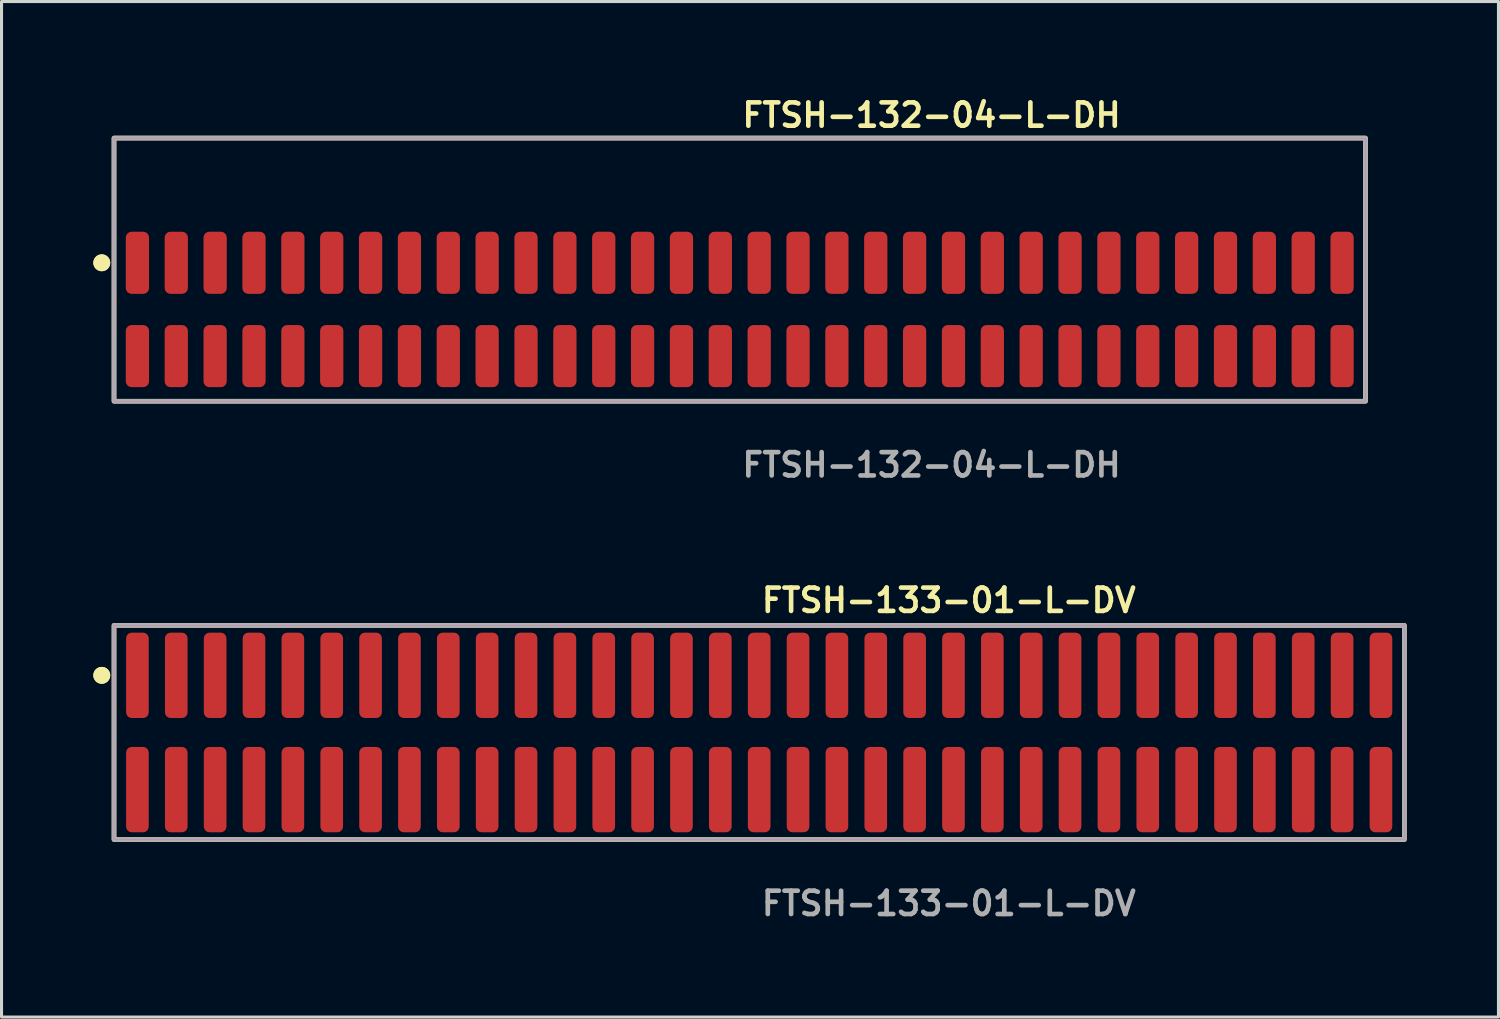
<source format=kicad_pcb>
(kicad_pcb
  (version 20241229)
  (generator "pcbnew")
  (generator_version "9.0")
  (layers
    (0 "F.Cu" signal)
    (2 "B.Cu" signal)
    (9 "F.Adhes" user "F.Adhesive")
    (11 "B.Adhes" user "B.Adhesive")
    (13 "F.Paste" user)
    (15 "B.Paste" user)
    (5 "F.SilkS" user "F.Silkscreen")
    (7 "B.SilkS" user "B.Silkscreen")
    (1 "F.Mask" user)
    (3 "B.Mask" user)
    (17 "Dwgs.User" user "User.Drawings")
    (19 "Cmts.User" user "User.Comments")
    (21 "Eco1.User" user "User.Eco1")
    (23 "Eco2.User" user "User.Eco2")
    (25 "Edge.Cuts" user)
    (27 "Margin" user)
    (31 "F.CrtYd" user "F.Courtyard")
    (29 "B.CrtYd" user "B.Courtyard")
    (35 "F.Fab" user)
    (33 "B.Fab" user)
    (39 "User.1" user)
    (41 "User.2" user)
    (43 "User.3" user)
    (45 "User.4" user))
  (footprint "FTSH-132-04-L-DH"
    (layer "F.Cu")
    (at 21.126 7.063)
    (property "Reference" "FTSH-132-04-L-DH" (at 0 -6.35 0) (unlocked yes) (layer "F.SilkS") (effects (font (size 0.762 0.762) (thickness 0.152)) (justify left)))
    (fp_rect (start -20.45 3) (end 20.45 -5.6) (stroke (width 0.152) (type solid)) (fill no) (layer "F.SilkS"))
    (fp_circle (center -20.85 -1.525) (end -21.05 -1.525) (stroke (width 0.152) (type solid)) (fill yes) (layer "F.SilkS"))
    (fp_circle (center -20.85 -1.525) (end -21.05 -1.525) (stroke (width 0.152) (type solid)) (fill yes) (layer "F.SilkS"))
    (fp_rect (start -20.45 3) (end 20.45 -5.6) (stroke (width 0.006) (type solid)) (fill no) (layer "F.CrtYd"))
    (fp_rect (start -20.45 3) (end 20.45 -5.6) (stroke (width 0.152) (type solid)) (fill no) (layer "F.Fab"))
    (fp_text user "${REFERENCE}" (at 0 5.08 0) (unlocked yes) (layer "F.Fab") (effects (font (size 0.762 0.762) (thickness 0.152)) (justify left)))
    (pad "1" smd roundrect (at -19.685 -1.525) (size 0.76 2.03) (layers "F.Cu" "F.Paste") (roundrect_rratio 0.25))
    (pad "2" smd roundrect (at -19.685 1.525) (size 0.76 2.03) (layers "F.Cu" "F.Paste") (roundrect_rratio 0.25))
    (pad "3" smd roundrect (at -18.415 -1.525) (size 0.76 2.03) (layers "F.Cu" "F.Paste") (roundrect_rratio 0.25))
    (pad "4" smd roundrect (at -18.415 1.525) (size 0.76 2.03) (layers "F.Cu" "F.Paste") (roundrect_rratio 0.25))
    (pad "5" smd roundrect (at -17.145 -1.525) (size 0.76 2.03) (layers "F.Cu" "F.Paste") (roundrect_rratio 0.25))
    (pad "6" smd roundrect (at -17.145 1.525) (size 0.76 2.03) (layers "F.Cu" "F.Paste") (roundrect_rratio 0.25))
    (pad "7" smd roundrect (at -15.875 -1.525) (size 0.76 2.03) (layers "F.Cu" "F.Paste") (roundrect_rratio 0.25))
    (pad "8" smd roundrect (at -15.875 1.525) (size 0.76 2.03) (layers "F.Cu" "F.Paste") (roundrect_rratio 0.25))
    (pad "9" smd roundrect (at -14.605 -1.525) (size 0.76 2.03) (layers "F.Cu" "F.Paste") (roundrect_rratio 0.25))
    (pad "10" smd roundrect (at -14.605 1.525) (size 0.76 2.03) (layers "F.Cu" "F.Paste") (roundrect_rratio 0.25))
    (pad "11" smd roundrect (at -13.335 -1.525) (size 0.76 2.03) (layers "F.Cu" "F.Paste") (roundrect_rratio 0.25))
    (pad "12" smd roundrect (at -13.335 1.525) (size 0.76 2.03) (layers "F.Cu" "F.Paste") (roundrect_rratio 0.25))
    (pad "13" smd roundrect (at -12.065 -1.525) (size 0.76 2.03) (layers "F.Cu" "F.Paste") (roundrect_rratio 0.25))
    (pad "14" smd roundrect (at -12.065 1.525) (size 0.76 2.03) (layers "F.Cu" "F.Paste") (roundrect_rratio 0.25))
    (pad "15" smd roundrect (at -10.795 -1.525) (size 0.76 2.03) (layers "F.Cu" "F.Paste") (roundrect_rratio 0.25))
    (pad "16" smd roundrect (at -10.795 1.525) (size 0.76 2.03) (layers "F.Cu" "F.Paste") (roundrect_rratio 0.25))
    (pad "17" smd roundrect (at -9.525 -1.525) (size 0.76 2.03) (layers "F.Cu" "F.Paste") (roundrect_rratio 0.25))
    (pad "18" smd roundrect (at -9.525 1.525) (size 0.76 2.03) (layers "F.Cu" "F.Paste") (roundrect_rratio 0.25))
    (pad "19" smd roundrect (at -8.255 -1.525) (size 0.76 2.03) (layers "F.Cu" "F.Paste") (roundrect_rratio 0.25))
    (pad "20" smd roundrect (at -8.255 1.525) (size 0.76 2.03) (layers "F.Cu" "F.Paste") (roundrect_rratio 0.25))
    (pad "21" smd roundrect (at -6.985 -1.525) (size 0.76 2.03) (layers "F.Cu" "F.Paste") (roundrect_rratio 0.25))
    (pad "22" smd roundrect (at -6.985 1.525) (size 0.76 2.03) (layers "F.Cu" "F.Paste") (roundrect_rratio 0.25))
    (pad "23" smd roundrect (at -5.715 -1.525) (size 0.76 2.03) (layers "F.Cu" "F.Paste") (roundrect_rratio 0.25))
    (pad "24" smd roundrect (at -5.715 1.525) (size 0.76 2.03) (layers "F.Cu" "F.Paste") (roundrect_rratio 0.25))
    (pad "25" smd roundrect (at -4.445 -1.525) (size 0.76 2.03) (layers "F.Cu" "F.Paste") (roundrect_rratio 0.25))
    (pad "26" smd roundrect (at -4.445 1.525) (size 0.76 2.03) (layers "F.Cu" "F.Paste") (roundrect_rratio 0.25))
    (pad "27" smd roundrect (at -3.175 -1.525) (size 0.76 2.03) (layers "F.Cu" "F.Paste") (roundrect_rratio 0.25))
    (pad "28" smd roundrect (at -3.175 1.525) (size 0.76 2.03) (layers "F.Cu" "F.Paste") (roundrect_rratio 0.25))
    (pad "29" smd roundrect (at -1.905 -1.525) (size 0.76 2.03) (layers "F.Cu" "F.Paste") (roundrect_rratio 0.25))
    (pad "30" smd roundrect (at -1.905 1.525) (size 0.76 2.03) (layers "F.Cu" "F.Paste") (roundrect_rratio 0.25))
    (pad "31" smd roundrect (at -0.635 -1.525) (size 0.76 2.03) (layers "F.Cu" "F.Paste") (roundrect_rratio 0.25))
    (pad "32" smd roundrect (at -0.635 1.525) (size 0.76 2.03) (layers "F.Cu" "F.Paste") (roundrect_rratio 0.25))
    (pad "33" smd roundrect (at 0.635 -1.525) (size 0.76 2.03) (layers "F.Cu" "F.Paste") (roundrect_rratio 0.25))
    (pad "34" smd roundrect (at 0.635 1.525) (size 0.76 2.03) (layers "F.Cu" "F.Paste") (roundrect_rratio 0.25))
    (pad "35" smd roundrect (at 1.905 -1.525) (size 0.76 2.03) (layers "F.Cu" "F.Paste") (roundrect_rratio 0.25))
    (pad "36" smd roundrect (at 1.905 1.525) (size 0.76 2.03) (layers "F.Cu" "F.Paste") (roundrect_rratio 0.25))
    (pad "37" smd roundrect (at 3.175 -1.525) (size 0.76 2.03) (layers "F.Cu" "F.Paste") (roundrect_rratio 0.25))
    (pad "38" smd roundrect (at 3.175 1.525) (size 0.76 2.03) (layers "F.Cu" "F.Paste") (roundrect_rratio 0.25))
    (pad "39" smd roundrect (at 4.445 -1.525) (size 0.76 2.03) (layers "F.Cu" "F.Paste") (roundrect_rratio 0.25))
    (pad "40" smd roundrect (at 4.445 1.525) (size 0.76 2.03) (layers "F.Cu" "F.Paste") (roundrect_rratio 0.25))
    (pad "41" smd roundrect (at 5.715 -1.525) (size 0.76 2.03) (layers "F.Cu" "F.Paste") (roundrect_rratio 0.25))
    (pad "42" smd roundrect (at 5.715 1.525) (size 0.76 2.03) (layers "F.Cu" "F.Paste") (roundrect_rratio 0.25))
    (pad "43" smd roundrect (at 6.985 -1.525) (size 0.76 2.03) (layers "F.Cu" "F.Paste") (roundrect_rratio 0.25))
    (pad "44" smd roundrect (at 6.985 1.525) (size 0.76 2.03) (layers "F.Cu" "F.Paste") (roundrect_rratio 0.25))
    (pad "45" smd roundrect (at 8.255 -1.525) (size 0.76 2.03) (layers "F.Cu" "F.Paste") (roundrect_rratio 0.25))
    (pad "46" smd roundrect (at 8.255 1.525) (size 0.76 2.03) (layers "F.Cu" "F.Paste") (roundrect_rratio 0.25))
    (pad "47" smd roundrect (at 9.525 -1.525) (size 0.76 2.03) (layers "F.Cu" "F.Paste") (roundrect_rratio 0.25))
    (pad "48" smd roundrect (at 9.525 1.525) (size 0.76 2.03) (layers "F.Cu" "F.Paste") (roundrect_rratio 0.25))
    (pad "49" smd roundrect (at 10.795 -1.525) (size 0.76 2.03) (layers "F.Cu" "F.Paste") (roundrect_rratio 0.25))
    (pad "50" smd roundrect (at 10.795 1.525) (size 0.76 2.03) (layers "F.Cu" "F.Paste") (roundrect_rratio 0.25))
    (pad "51" smd roundrect (at 12.065 -1.525) (size 0.76 2.03) (layers "F.Cu" "F.Paste") (roundrect_rratio 0.25))
    (pad "52" smd roundrect (at 12.065 1.525) (size 0.76 2.03) (layers "F.Cu" "F.Paste") (roundrect_rratio 0.25))
    (pad "53" smd roundrect (at 13.335 -1.525) (size 0.76 2.03) (layers "F.Cu" "F.Paste") (roundrect_rratio 0.25))
    (pad "54" smd roundrect (at 13.335 1.525) (size 0.76 2.03) (layers "F.Cu" "F.Paste") (roundrect_rratio 0.25))
    (pad "55" smd roundrect (at 14.605 -1.525) (size 0.76 2.03) (layers "F.Cu" "F.Paste") (roundrect_rratio 0.25))
    (pad "56" smd roundrect (at 14.605 1.525) (size 0.76 2.03) (layers "F.Cu" "F.Paste") (roundrect_rratio 0.25))
    (pad "57" smd roundrect (at 15.875 -1.525) (size 0.76 2.03) (layers "F.Cu" "F.Paste") (roundrect_rratio 0.25))
    (pad "58" smd roundrect (at 15.875 1.525) (size 0.76 2.03) (layers "F.Cu" "F.Paste") (roundrect_rratio 0.25))
    (pad "59" smd roundrect (at 17.145 -1.525) (size 0.76 2.03) (layers "F.Cu" "F.Paste") (roundrect_rratio 0.25))
    (pad "60" smd roundrect (at 17.145 1.525) (size 0.76 2.03) (layers "F.Cu" "F.Paste") (roundrect_rratio 0.25))
    (pad "61" smd roundrect (at 18.415 -1.525) (size 0.76 2.03) (layers "F.Cu" "F.Paste") (roundrect_rratio 0.25))
    (pad "62" smd roundrect (at 18.415 1.525) (size 0.76 2.03) (layers "F.Cu" "F.Paste") (roundrect_rratio 0.25))
    (pad "63" smd roundrect (at 19.685 -1.525) (size 0.76 2.03) (layers "F.Cu" "F.Paste") (roundrect_rratio 0.25))
    (pad "64" smd roundrect (at 19.685 1.525) (size 0.76 2.03) (layers "F.Cu" "F.Paste") (roundrect_rratio 0.25)))
  (footprint "FTSH-133-01-L-DV"
    (layer "F.Cu")
    (at 21.761 20.888)
    (property "Reference" "FTSH-133-01-L-DV" (at 0 -4.318 0) (unlocked yes) (layer "F.SilkS") (effects (font (size 0.762 0.762) (thickness 0.152)) (justify left)))
    (fp_rect (start -21.085 3.5) (end 21.085 -3.5) (stroke (width 0.152) (type solid)) (fill no) (layer "F.SilkS"))
    (fp_circle (center -21.485 -1.867) (end -21.685 -1.867) (stroke (width 0.152) (type solid)) (fill yes) (layer "F.SilkS"))
    (fp_circle (center -21.485 -1.867) (end -21.685 -1.867) (stroke (width 0.152) (type solid)) (fill yes) (layer "F.SilkS"))
    (fp_rect (start -21.085 3.5) (end 21.085 -3.5) (stroke (width 0.006) (type solid)) (fill no) (layer "F.CrtYd"))
    (fp_rect (start -21.085 3.5) (end 21.085 -3.5) (stroke (width 0.152) (type solid)) (fill no) (layer "F.Fab"))
    (fp_text user "${REFERENCE}" (at 0 5.588 0) (unlocked yes) (layer "F.Fab") (effects (font (size 0.762 0.762) (thickness 0.152)) (justify left)))
    (pad "1" smd roundrect (at -20.32 -1.867) (size 0.74 2.79) (layers "F.Cu" "F.Paste") (roundrect_rratio 0.25))
    (pad "2" smd roundrect (at -20.32 1.867) (size 0.74 2.79) (layers "F.Cu" "F.Paste") (roundrect_rratio 0.25))
    (pad "3" smd roundrect (at -19.05 -1.867) (size 0.74 2.79) (layers "F.Cu" "F.Paste") (roundrect_rratio 0.25))
    (pad "4" smd roundrect (at -19.05 1.867) (size 0.74 2.79) (layers "F.Cu" "F.Paste") (roundrect_rratio 0.25))
    (pad "5" smd roundrect (at -17.78 -1.867) (size 0.74 2.79) (layers "F.Cu" "F.Paste") (roundrect_rratio 0.25))
    (pad "6" smd roundrect (at -17.78 1.867) (size 0.74 2.79) (layers "F.Cu" "F.Paste") (roundrect_rratio 0.25))
    (pad "7" smd roundrect (at -16.51 -1.867) (size 0.74 2.79) (layers "F.Cu" "F.Paste") (roundrect_rratio 0.25))
    (pad "8" smd roundrect (at -16.51 1.867) (size 0.74 2.79) (layers "F.Cu" "F.Paste") (roundrect_rratio 0.25))
    (pad "9" smd roundrect (at -15.24 -1.867) (size 0.74 2.79) (layers "F.Cu" "F.Paste") (roundrect_rratio 0.25))
    (pad "10" smd roundrect (at -15.24 1.867) (size 0.74 2.79) (layers "F.Cu" "F.Paste") (roundrect_rratio 0.25))
    (pad "11" smd roundrect (at -13.97 -1.867) (size 0.74 2.79) (layers "F.Cu" "F.Paste") (roundrect_rratio 0.25))
    (pad "12" smd roundrect (at -13.97 1.867) (size 0.74 2.79) (layers "F.Cu" "F.Paste") (roundrect_rratio 0.25))
    (pad "13" smd roundrect (at -12.7 -1.867) (size 0.74 2.79) (layers "F.Cu" "F.Paste") (roundrect_rratio 0.25))
    (pad "14" smd roundrect (at -12.7 1.867) (size 0.74 2.79) (layers "F.Cu" "F.Paste") (roundrect_rratio 0.25))
    (pad "15" smd roundrect (at -11.43 -1.867) (size 0.74 2.79) (layers "F.Cu" "F.Paste") (roundrect_rratio 0.25))
    (pad "16" smd roundrect (at -11.43 1.867) (size 0.74 2.79) (layers "F.Cu" "F.Paste") (roundrect_rratio 0.25))
    (pad "17" smd roundrect (at -10.16 -1.867) (size 0.74 2.79) (layers "F.Cu" "F.Paste") (roundrect_rratio 0.25))
    (pad "18" smd roundrect (at -10.16 1.867) (size 0.74 2.79) (layers "F.Cu" "F.Paste") (roundrect_rratio 0.25))
    (pad "19" smd roundrect (at -8.89 -1.867) (size 0.74 2.79) (layers "F.Cu" "F.Paste") (roundrect_rratio 0.25))
    (pad "20" smd roundrect (at -8.89 1.867) (size 0.74 2.79) (layers "F.Cu" "F.Paste") (roundrect_rratio 0.25))
    (pad "21" smd roundrect (at -7.62 -1.867) (size 0.74 2.79) (layers "F.Cu" "F.Paste") (roundrect_rratio 0.25))
    (pad "22" smd roundrect (at -7.62 1.867) (size 0.74 2.79) (layers "F.Cu" "F.Paste") (roundrect_rratio 0.25))
    (pad "23" smd roundrect (at -6.35 -1.867) (size 0.74 2.79) (layers "F.Cu" "F.Paste") (roundrect_rratio 0.25))
    (pad "24" smd roundrect (at -6.35 1.867) (size 0.74 2.79) (layers "F.Cu" "F.Paste") (roundrect_rratio 0.25))
    (pad "25" smd roundrect (at -5.08 -1.867) (size 0.74 2.79) (layers "F.Cu" "F.Paste") (roundrect_rratio 0.25))
    (pad "26" smd roundrect (at -5.08 1.867) (size 0.74 2.79) (layers "F.Cu" "F.Paste") (roundrect_rratio 0.25))
    (pad "27" smd roundrect (at -3.81 -1.867) (size 0.74 2.79) (layers "F.Cu" "F.Paste") (roundrect_rratio 0.25))
    (pad "28" smd roundrect (at -3.81 1.867) (size 0.74 2.79) (layers "F.Cu" "F.Paste") (roundrect_rratio 0.25))
    (pad "29" smd roundrect (at -2.54 -1.867) (size 0.74 2.79) (layers "F.Cu" "F.Paste") (roundrect_rratio 0.25))
    (pad "30" smd roundrect (at -2.54 1.867) (size 0.74 2.79) (layers "F.Cu" "F.Paste") (roundrect_rratio 0.25))
    (pad "31" smd roundrect (at -1.27 -1.867) (size 0.74 2.79) (layers "F.Cu" "F.Paste") (roundrect_rratio 0.25))
    (pad "32" smd roundrect (at -1.27 1.867) (size 0.74 2.79) (layers "F.Cu" "F.Paste") (roundrect_rratio 0.25))
    (pad "33" smd roundrect (at 0 -1.867) (size 0.74 2.79) (layers "F.Cu" "F.Paste") (roundrect_rratio 0.25))
    (pad "34" smd roundrect (at 0 1.867) (size 0.74 2.79) (layers "F.Cu" "F.Paste") (roundrect_rratio 0.25))
    (pad "35" smd roundrect (at 1.27 -1.867) (size 0.74 2.79) (layers "F.Cu" "F.Paste") (roundrect_rratio 0.25))
    (pad "36" smd roundrect (at 1.27 1.867) (size 0.74 2.79) (layers "F.Cu" "F.Paste") (roundrect_rratio 0.25))
    (pad "37" smd roundrect (at 2.54 -1.867) (size 0.74 2.79) (layers "F.Cu" "F.Paste") (roundrect_rratio 0.25))
    (pad "38" smd roundrect (at 2.54 1.867) (size 0.74 2.79) (layers "F.Cu" "F.Paste") (roundrect_rratio 0.25))
    (pad "39" smd roundrect (at 3.81 -1.867) (size 0.74 2.79) (layers "F.Cu" "F.Paste") (roundrect_rratio 0.25))
    (pad "40" smd roundrect (at 3.81 1.867) (size 0.74 2.79) (layers "F.Cu" "F.Paste") (roundrect_rratio 0.25))
    (pad "41" smd roundrect (at 5.08 -1.867) (size 0.74 2.79) (layers "F.Cu" "F.Paste") (roundrect_rratio 0.25))
    (pad "42" smd roundrect (at 5.08 1.867) (size 0.74 2.79) (layers "F.Cu" "F.Paste") (roundrect_rratio 0.25))
    (pad "43" smd roundrect (at 6.35 -1.867) (size 0.74 2.79) (layers "F.Cu" "F.Paste") (roundrect_rratio 0.25))
    (pad "44" smd roundrect (at 6.35 1.867) (size 0.74 2.79) (layers "F.Cu" "F.Paste") (roundrect_rratio 0.25))
    (pad "45" smd roundrect (at 7.62 -1.867) (size 0.74 2.79) (layers "F.Cu" "F.Paste") (roundrect_rratio 0.25))
    (pad "46" smd roundrect (at 7.62 1.867) (size 0.74 2.79) (layers "F.Cu" "F.Paste") (roundrect_rratio 0.25))
    (pad "47" smd roundrect (at 8.89 -1.867) (size 0.74 2.79) (layers "F.Cu" "F.Paste") (roundrect_rratio 0.25))
    (pad "48" smd roundrect (at 8.89 1.867) (size 0.74 2.79) (layers "F.Cu" "F.Paste") (roundrect_rratio 0.25))
    (pad "49" smd roundrect (at 10.16 -1.867) (size 0.74 2.79) (layers "F.Cu" "F.Paste") (roundrect_rratio 0.25))
    (pad "50" smd roundrect (at 10.16 1.867) (size 0.74 2.79) (layers "F.Cu" "F.Paste") (roundrect_rratio 0.25))
    (pad "51" smd roundrect (at 11.43 -1.867) (size 0.74 2.79) (layers "F.Cu" "F.Paste") (roundrect_rratio 0.25))
    (pad "52" smd roundrect (at 11.43 1.867) (size 0.74 2.79) (layers "F.Cu" "F.Paste") (roundrect_rratio 0.25))
    (pad "53" smd roundrect (at 12.7 -1.867) (size 0.74 2.79) (layers "F.Cu" "F.Paste") (roundrect_rratio 0.25))
    (pad "54" smd roundrect (at 12.7 1.867) (size 0.74 2.79) (layers "F.Cu" "F.Paste") (roundrect_rratio 0.25))
    (pad "55" smd roundrect (at 13.97 -1.867) (size 0.74 2.79) (layers "F.Cu" "F.Paste") (roundrect_rratio 0.25))
    (pad "56" smd roundrect (at 13.97 1.867) (size 0.74 2.79) (layers "F.Cu" "F.Paste") (roundrect_rratio 0.25))
    (pad "57" smd roundrect (at 15.24 -1.867) (size 0.74 2.79) (layers "F.Cu" "F.Paste") (roundrect_rratio 0.25))
    (pad "58" smd roundrect (at 15.24 1.867) (size 0.74 2.79) (layers "F.Cu" "F.Paste") (roundrect_rratio 0.25))
    (pad "59" smd roundrect (at 16.51 -1.867) (size 0.74 2.79) (layers "F.Cu" "F.Paste") (roundrect_rratio 0.25))
    (pad "60" smd roundrect (at 16.51 1.867) (size 0.74 2.79) (layers "F.Cu" "F.Paste") (roundrect_rratio 0.25))
    (pad "61" smd roundrect (at 17.78 -1.867) (size 0.74 2.79) (layers "F.Cu" "F.Paste") (roundrect_rratio 0.25))
    (pad "62" smd roundrect (at 17.78 1.867) (size 0.74 2.79) (layers "F.Cu" "F.Paste") (roundrect_rratio 0.25))
    (pad "63" smd roundrect (at 19.05 -1.867) (size 0.74 2.79) (layers "F.Cu" "F.Paste") (roundrect_rratio 0.25))
    (pad "64" smd roundrect (at 19.05 1.867) (size 0.74 2.79) (layers "F.Cu" "F.Paste") (roundrect_rratio 0.25))
    (pad "65" smd roundrect (at 20.32 -1.867) (size 0.74 2.79) (layers "F.Cu" "F.Paste") (roundrect_rratio 0.25))
    (pad "66" smd roundrect (at 20.32 1.867) (size 0.74 2.79) (layers "F.Cu" "F.Paste") (roundrect_rratio 0.25)))
  (gr_rect
    (start -3 -3)
    (end 45.922 30.189)
    (stroke (width 0.1) (type default))
    (fill no)
    (layer "Edge.Cuts")))
</source>
